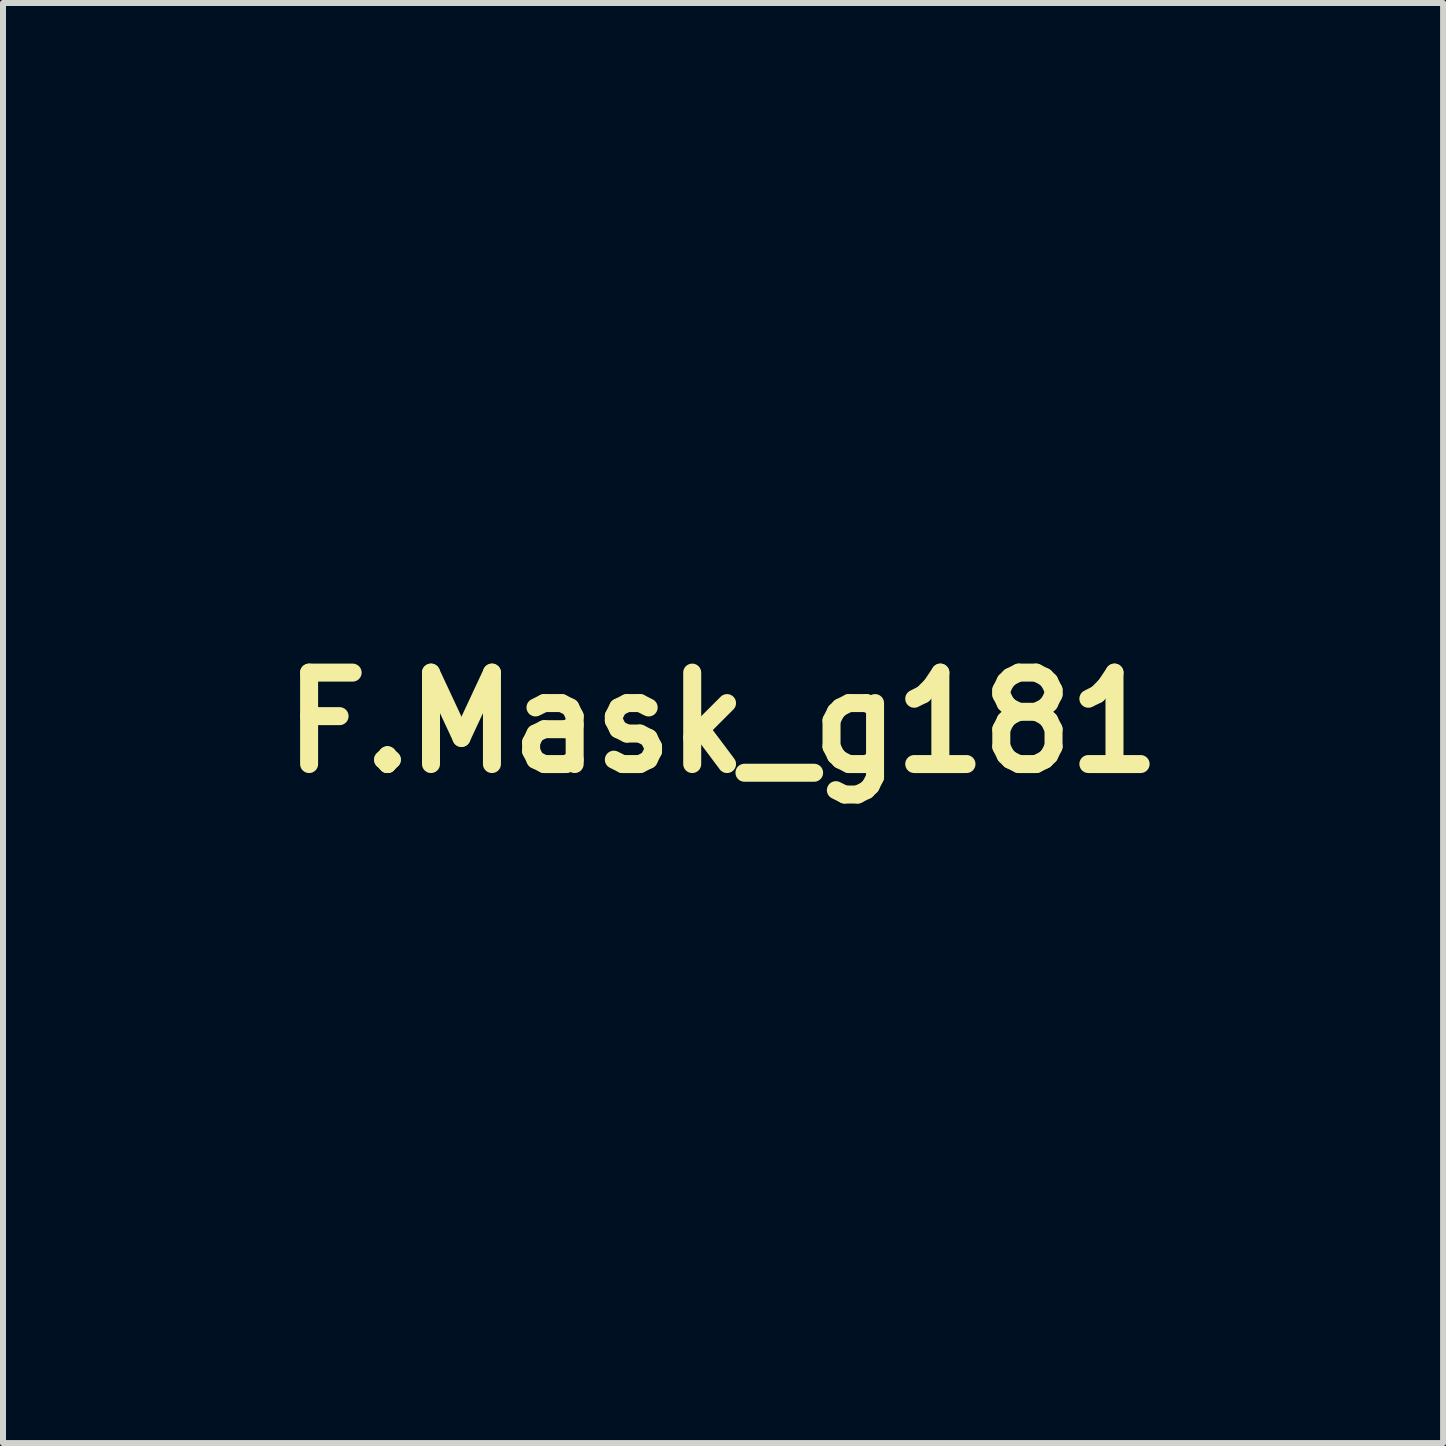
<source format=kicad_pcb>
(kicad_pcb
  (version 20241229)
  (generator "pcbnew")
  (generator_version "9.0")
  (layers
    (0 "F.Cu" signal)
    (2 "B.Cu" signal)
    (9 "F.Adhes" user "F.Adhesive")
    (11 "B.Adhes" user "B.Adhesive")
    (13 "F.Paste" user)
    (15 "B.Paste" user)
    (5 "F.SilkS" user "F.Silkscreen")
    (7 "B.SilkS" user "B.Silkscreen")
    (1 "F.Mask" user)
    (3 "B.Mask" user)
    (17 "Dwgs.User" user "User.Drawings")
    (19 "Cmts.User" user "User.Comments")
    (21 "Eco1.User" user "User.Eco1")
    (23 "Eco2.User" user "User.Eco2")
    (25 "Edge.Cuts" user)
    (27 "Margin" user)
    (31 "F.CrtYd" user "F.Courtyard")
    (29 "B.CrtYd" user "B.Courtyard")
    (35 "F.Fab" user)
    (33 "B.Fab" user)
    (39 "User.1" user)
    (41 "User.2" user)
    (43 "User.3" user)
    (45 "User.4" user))
  (footprint "F.Mask_g181"
    (layer "F.Cu")
    (at 8.997 8.997)
    (property "Reference" "F.Mask_g181" (at 0 0 0) (layer "F.SilkS") (effects (font (size 1.524 1.524) (thickness 0.3))))
    (attr through_hole)
    (fp_poly (pts (xy 9.004 9.004) (xy -8.992 9.004) (xy -8.992 -8.992) (xy 9.004 -8.992) (xy 9.004 9.004)) (stroke (width 0.01) (type solid)) (fill yes) (layer "F.Mask")))
  (gr_rect
    (start -3 -3)
    (end 21.006 21.006)
    (stroke (width 0.1) (type default))
    (fill no)
    (layer "Edge.Cuts")))
</source>
